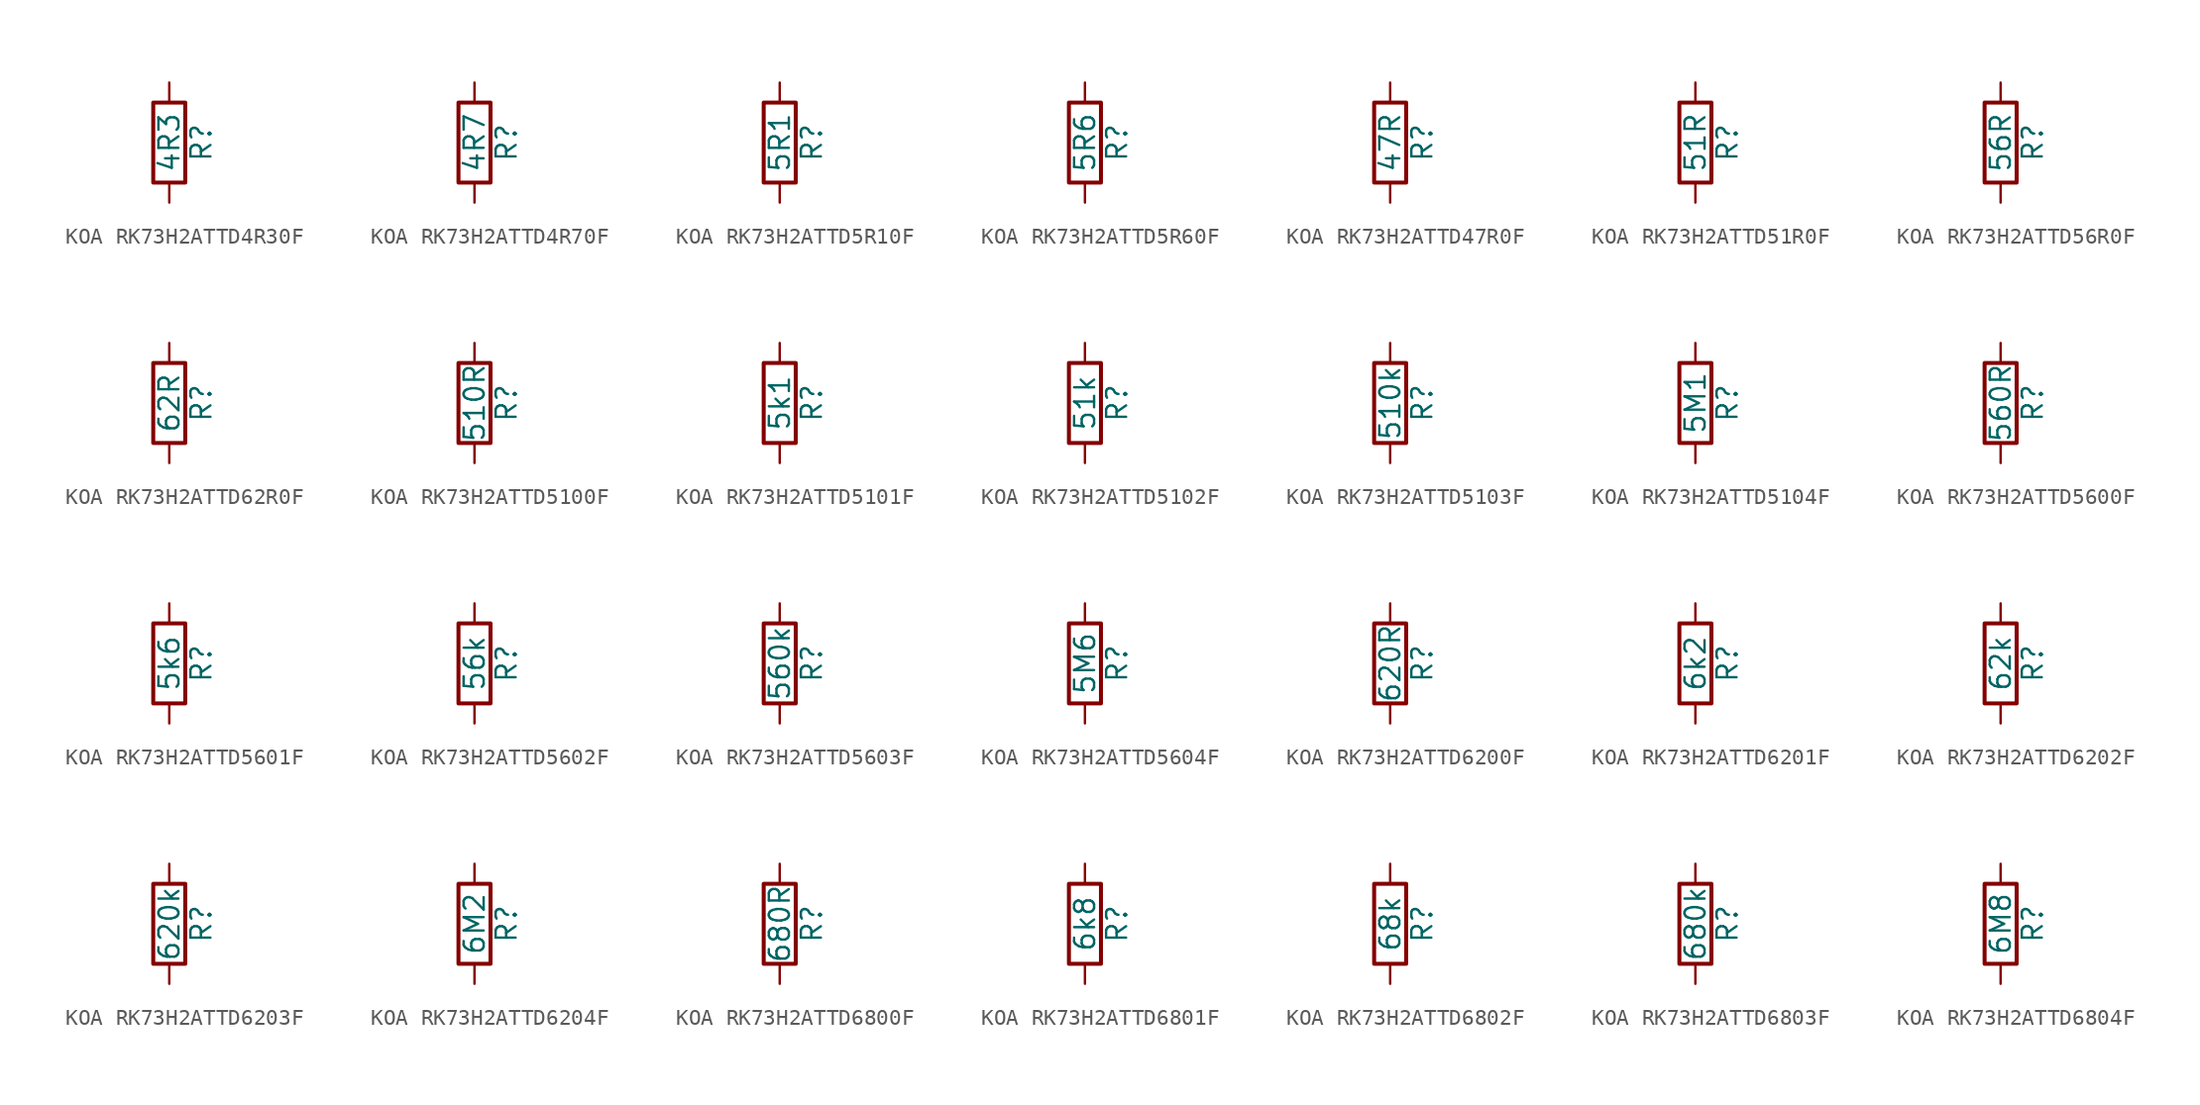
<source format=kicad_sym>
(kicad_symbol_lib
  (version 20220914)
  (generator kicad_symbol_editor)
  (symbol "KOA RK73H2ATTD4R30F"
    (pin_numbers hide)
    (pin_names
      (offset 0))
    (property "Reference" "R"
      (at 2.032 0 90)
      (effects (font (size 1.27 1.27))))
    (property "Value" "4R3"
      (at 0 0 90)
      (effects (font (size 1.27 1.27))))
    (symbol "KOA RK73H2ATTD4R30F_0_1"
      (rectangle (start -1.016 -2.54) (end 1.016 2.54) (stroke (width 0.254) (type default)) (fill (type none))))
    (symbol "KOA RK73H2ATTD4R30F_1_1"
      (pin passive line (at 0 3.81 270) (length 1.27) (name "~" (effects (font (size 1.27 1.27)))) (number "1" (effects (font (size 1.27 1.27)))))
      (pin passive line (at 0 -3.81 90) (length 1.27) (name "~" (effects (font (size 1.27 1.27)))) (number "2" (effects (font (size 1.27 1.27)))))))
  (symbol "KOA RK73H2ATTD4R70F"
    (pin_numbers hide)
    (pin_names
      (offset 0))
    (property "Reference" "R"
      (at 2.032 0 90)
      (effects (font (size 1.27 1.27))))
    (property "Value" "4R7"
      (at 0 0 90)
      (effects (font (size 1.27 1.27))))
    (symbol "KOA RK73H2ATTD4R70F_0_1"
      (rectangle (start -1.016 -2.54) (end 1.016 2.54) (stroke (width 0.254) (type default)) (fill (type none))))
    (symbol "KOA RK73H2ATTD4R70F_1_1"
      (pin passive line (at 0 3.81 270) (length 1.27) (name "~" (effects (font (size 1.27 1.27)))) (number "1" (effects (font (size 1.27 1.27)))))
      (pin passive line (at 0 -3.81 90) (length 1.27) (name "~" (effects (font (size 1.27 1.27)))) (number "2" (effects (font (size 1.27 1.27)))))))
  (symbol "KOA RK73H2ATTD5R10F"
    (pin_numbers hide)
    (pin_names
      (offset 0))
    (property "Reference" "R"
      (at 2.032 0 90)
      (effects (font (size 1.27 1.27))))
    (property "Value" "5R1"
      (at 0 0 90)
      (effects (font (size 1.27 1.27))))
    (symbol "KOA RK73H2ATTD5R10F_0_1"
      (rectangle (start -1.016 -2.54) (end 1.016 2.54) (stroke (width 0.254) (type default)) (fill (type none))))
    (symbol "KOA RK73H2ATTD5R10F_1_1"
      (pin passive line (at 0 3.81 270) (length 1.27) (name "~" (effects (font (size 1.27 1.27)))) (number "1" (effects (font (size 1.27 1.27)))))
      (pin passive line (at 0 -3.81 90) (length 1.27) (name "~" (effects (font (size 1.27 1.27)))) (number "2" (effects (font (size 1.27 1.27)))))))
  (symbol "KOA RK73H2ATTD5R60F"
    (pin_numbers hide)
    (pin_names
      (offset 0))
    (property "Reference" "R"
      (at 2.032 0 90)
      (effects (font (size 1.27 1.27))))
    (property "Value" "5R6"
      (at 0 0 90)
      (effects (font (size 1.27 1.27))))
    (symbol "KOA RK73H2ATTD5R60F_0_1"
      (rectangle (start -1.016 -2.54) (end 1.016 2.54) (stroke (width 0.254) (type default)) (fill (type none))))
    (symbol "KOA RK73H2ATTD5R60F_1_1"
      (pin passive line (at 0 3.81 270) (length 1.27) (name "~" (effects (font (size 1.27 1.27)))) (number "1" (effects (font (size 1.27 1.27)))))
      (pin passive line (at 0 -3.81 90) (length 1.27) (name "~" (effects (font (size 1.27 1.27)))) (number "2" (effects (font (size 1.27 1.27)))))))
  (symbol "KOA RK73H2ATTD47R0F"
    (pin_numbers hide)
    (pin_names
      (offset 0))
    (property "Reference" "R"
      (at 2.032 0 90)
      (effects (font (size 1.27 1.27))))
    (property "Value" "47R"
      (at 0 0 90)
      (effects (font (size 1.27 1.27))))
    (symbol "KOA RK73H2ATTD47R0F_0_1"
      (rectangle (start -1.016 -2.54) (end 1.016 2.54) (stroke (width 0.254) (type default)) (fill (type none))))
    (symbol "KOA RK73H2ATTD47R0F_1_1"
      (pin passive line (at 0 3.81 270) (length 1.27) (name "~" (effects (font (size 1.27 1.27)))) (number "1" (effects (font (size 1.27 1.27)))))
      (pin passive line (at 0 -3.81 90) (length 1.27) (name "~" (effects (font (size 1.27 1.27)))) (number "2" (effects (font (size 1.27 1.27)))))))
  (symbol "KOA RK73H2ATTD51R0F"
    (pin_numbers hide)
    (pin_names
      (offset 0))
    (property "Reference" "R"
      (at 2.032 0 90)
      (effects (font (size 1.27 1.27))))
    (property "Value" "51R"
      (at 0 0 90)
      (effects (font (size 1.27 1.27))))
    (symbol "KOA RK73H2ATTD51R0F_0_1"
      (rectangle (start -1.016 -2.54) (end 1.016 2.54) (stroke (width 0.254) (type default)) (fill (type none))))
    (symbol "KOA RK73H2ATTD51R0F_1_1"
      (pin passive line (at 0 3.81 270) (length 1.27) (name "~" (effects (font (size 1.27 1.27)))) (number "1" (effects (font (size 1.27 1.27)))))
      (pin passive line (at 0 -3.81 90) (length 1.27) (name "~" (effects (font (size 1.27 1.27)))) (number "2" (effects (font (size 1.27 1.27)))))))
  (symbol "KOA RK73H2ATTD56R0F"
    (pin_numbers hide)
    (pin_names
      (offset 0))
    (property "Reference" "R"
      (at 2.032 0 90)
      (effects (font (size 1.27 1.27))))
    (property "Value" "56R"
      (at 0 0 90)
      (effects (font (size 1.27 1.27))))
    (symbol "KOA RK73H2ATTD56R0F_0_1"
      (rectangle (start -1.016 -2.54) (end 1.016 2.54) (stroke (width 0.254) (type default)) (fill (type none))))
    (symbol "KOA RK73H2ATTD56R0F_1_1"
      (pin passive line (at 0 3.81 270) (length 1.27) (name "~" (effects (font (size 1.27 1.27)))) (number "1" (effects (font (size 1.27 1.27)))))
      (pin passive line (at 0 -3.81 90) (length 1.27) (name "~" (effects (font (size 1.27 1.27)))) (number "2" (effects (font (size 1.27 1.27)))))))
  (symbol "KOA RK73H2ATTD62R0F"
    (pin_numbers hide)
    (pin_names
      (offset 0))
    (property "Reference" "R"
      (at 2.032 0 90)
      (effects (font (size 1.27 1.27))))
    (property "Value" "62R"
      (at 0 0 90)
      (effects (font (size 1.27 1.27))))
    (symbol "KOA RK73H2ATTD62R0F_0_1"
      (rectangle (start -1.016 -2.54) (end 1.016 2.54) (stroke (width 0.254) (type default)) (fill (type none))))
    (symbol "KOA RK73H2ATTD62R0F_1_1"
      (pin passive line (at 0 3.81 270) (length 1.27) (name "~" (effects (font (size 1.27 1.27)))) (number "1" (effects (font (size 1.27 1.27)))))
      (pin passive line (at 0 -3.81 90) (length 1.27) (name "~" (effects (font (size 1.27 1.27)))) (number "2" (effects (font (size 1.27 1.27)))))))
  (symbol "KOA RK73H2ATTD5100F"
    (pin_numbers hide)
    (pin_names
      (offset 0))
    (property "Reference" "R"
      (at 2.032 0 90)
      (effects (font (size 1.27 1.27))))
    (property "Value" "510R"
      (at 0 0 90)
      (effects (font (size 1.27 1.27))))
    (symbol "KOA RK73H2ATTD5100F_0_1"
      (rectangle (start -1.016 -2.54) (end 1.016 2.54) (stroke (width 0.254) (type default)) (fill (type none))))
    (symbol "KOA RK73H2ATTD5100F_1_1"
      (pin passive line (at 0 3.81 270) (length 1.27) (name "~" (effects (font (size 1.27 1.27)))) (number "1" (effects (font (size 1.27 1.27)))))
      (pin passive line (at 0 -3.81 90) (length 1.27) (name "~" (effects (font (size 1.27 1.27)))) (number "2" (effects (font (size 1.27 1.27)))))))
  (symbol "KOA RK73H2ATTD5101F"
    (pin_numbers hide)
    (pin_names
      (offset 0))
    (property "Reference" "R"
      (at 2.032 0 90)
      (effects (font (size 1.27 1.27))))
    (property "Value" "5k1"
      (at 0 0 90)
      (effects (font (size 1.27 1.27))))
    (symbol "KOA RK73H2ATTD5101F_0_1"
      (rectangle (start -1.016 -2.54) (end 1.016 2.54) (stroke (width 0.254) (type default)) (fill (type none))))
    (symbol "KOA RK73H2ATTD5101F_1_1"
      (pin passive line (at 0 3.81 270) (length 1.27) (name "~" (effects (font (size 1.27 1.27)))) (number "1" (effects (font (size 1.27 1.27)))))
      (pin passive line (at 0 -3.81 90) (length 1.27) (name "~" (effects (font (size 1.27 1.27)))) (number "2" (effects (font (size 1.27 1.27)))))))
  (symbol "KOA RK73H2ATTD5102F"
    (pin_numbers hide)
    (pin_names
      (offset 0))
    (property "Reference" "R"
      (at 2.032 0 90)
      (effects (font (size 1.27 1.27))))
    (property "Value" "51k"
      (at 0 0 90)
      (effects (font (size 1.27 1.27))))
    (symbol "KOA RK73H2ATTD5102F_0_1"
      (rectangle (start -1.016 -2.54) (end 1.016 2.54) (stroke (width 0.254) (type default)) (fill (type none))))
    (symbol "KOA RK73H2ATTD5102F_1_1"
      (pin passive line (at 0 3.81 270) (length 1.27) (name "~" (effects (font (size 1.27 1.27)))) (number "1" (effects (font (size 1.27 1.27)))))
      (pin passive line (at 0 -3.81 90) (length 1.27) (name "~" (effects (font (size 1.27 1.27)))) (number "2" (effects (font (size 1.27 1.27)))))))
  (symbol "KOA RK73H2ATTD5103F"
    (pin_numbers hide)
    (pin_names
      (offset 0))
    (property "Reference" "R"
      (at 2.032 0 90)
      (effects (font (size 1.27 1.27))))
    (property "Value" "510k"
      (at 0 0 90)
      (effects (font (size 1.27 1.27))))
    (symbol "KOA RK73H2ATTD5103F_0_1"
      (rectangle (start -1.016 -2.54) (end 1.016 2.54) (stroke (width 0.254) (type default)) (fill (type none))))
    (symbol "KOA RK73H2ATTD5103F_1_1"
      (pin passive line (at 0 3.81 270) (length 1.27) (name "~" (effects (font (size 1.27 1.27)))) (number "1" (effects (font (size 1.27 1.27)))))
      (pin passive line (at 0 -3.81 90) (length 1.27) (name "~" (effects (font (size 1.27 1.27)))) (number "2" (effects (font (size 1.27 1.27)))))))
  (symbol "KOA RK73H2ATTD5104F"
    (pin_numbers hide)
    (pin_names
      (offset 0))
    (property "Reference" "R"
      (at 2.032 0 90)
      (effects (font (size 1.27 1.27))))
    (property "Value" "5M1"
      (at 0 0 90)
      (effects (font (size 1.27 1.27))))
    (symbol "KOA RK73H2ATTD5104F_0_1"
      (rectangle (start -1.016 -2.54) (end 1.016 2.54) (stroke (width 0.254) (type default)) (fill (type none))))
    (symbol "KOA RK73H2ATTD5104F_1_1"
      (pin passive line (at 0 3.81 270) (length 1.27) (name "~" (effects (font (size 1.27 1.27)))) (number "1" (effects (font (size 1.27 1.27)))))
      (pin passive line (at 0 -3.81 90) (length 1.27) (name "~" (effects (font (size 1.27 1.27)))) (number "2" (effects (font (size 1.27 1.27)))))))
  (symbol "KOA RK73H2ATTD5600F"
    (pin_numbers hide)
    (pin_names
      (offset 0))
    (property "Reference" "R"
      (at 2.032 0 90)
      (effects (font (size 1.27 1.27))))
    (property "Value" "560R"
      (at 0 0 90)
      (effects (font (size 1.27 1.27))))
    (symbol "KOA RK73H2ATTD5600F_0_1"
      (rectangle (start -1.016 -2.54) (end 1.016 2.54) (stroke (width 0.254) (type default)) (fill (type none))))
    (symbol "KOA RK73H2ATTD5600F_1_1"
      (pin passive line (at 0 3.81 270) (length 1.27) (name "~" (effects (font (size 1.27 1.27)))) (number "1" (effects (font (size 1.27 1.27)))))
      (pin passive line (at 0 -3.81 90) (length 1.27) (name "~" (effects (font (size 1.27 1.27)))) (number "2" (effects (font (size 1.27 1.27)))))))
  (symbol "KOA RK73H2ATTD5601F"
    (pin_numbers hide)
    (pin_names
      (offset 0))
    (property "Reference" "R"
      (at 2.032 0 90)
      (effects (font (size 1.27 1.27))))
    (property "Value" "5k6"
      (at 0 0 90)
      (effects (font (size 1.27 1.27))))
    (symbol "KOA RK73H2ATTD5601F_0_1"
      (rectangle (start -1.016 -2.54) (end 1.016 2.54) (stroke (width 0.254) (type default)) (fill (type none))))
    (symbol "KOA RK73H2ATTD5601F_1_1"
      (pin passive line (at 0 3.81 270) (length 1.27) (name "~" (effects (font (size 1.27 1.27)))) (number "1" (effects (font (size 1.27 1.27)))))
      (pin passive line (at 0 -3.81 90) (length 1.27) (name "~" (effects (font (size 1.27 1.27)))) (number "2" (effects (font (size 1.27 1.27)))))))
  (symbol "KOA RK73H2ATTD5602F"
    (pin_numbers hide)
    (pin_names
      (offset 0))
    (property "Reference" "R"
      (at 2.032 0 90)
      (effects (font (size 1.27 1.27))))
    (property "Value" "56k"
      (at 0 0 90)
      (effects (font (size 1.27 1.27))))
    (symbol "KOA RK73H2ATTD5602F_0_1"
      (rectangle (start -1.016 -2.54) (end 1.016 2.54) (stroke (width 0.254) (type default)) (fill (type none))))
    (symbol "KOA RK73H2ATTD5602F_1_1"
      (pin passive line (at 0 3.81 270) (length 1.27) (name "~" (effects (font (size 1.27 1.27)))) (number "1" (effects (font (size 1.27 1.27)))))
      (pin passive line (at 0 -3.81 90) (length 1.27) (name "~" (effects (font (size 1.27 1.27)))) (number "2" (effects (font (size 1.27 1.27)))))))
  (symbol "KOA RK73H2ATTD5603F"
    (pin_numbers hide)
    (pin_names
      (offset 0))
    (property "Reference" "R"
      (at 2.032 0 90)
      (effects (font (size 1.27 1.27))))
    (property "Value" "560k"
      (at 0 0 90)
      (effects (font (size 1.27 1.27))))
    (symbol "KOA RK73H2ATTD5603F_0_1"
      (rectangle (start -1.016 -2.54) (end 1.016 2.54) (stroke (width 0.254) (type default)) (fill (type none))))
    (symbol "KOA RK73H2ATTD5603F_1_1"
      (pin passive line (at 0 3.81 270) (length 1.27) (name "~" (effects (font (size 1.27 1.27)))) (number "1" (effects (font (size 1.27 1.27)))))
      (pin passive line (at 0 -3.81 90) (length 1.27) (name "~" (effects (font (size 1.27 1.27)))) (number "2" (effects (font (size 1.27 1.27)))))))
  (symbol "KOA RK73H2ATTD5604F"
    (pin_numbers hide)
    (pin_names
      (offset 0))
    (property "Reference" "R"
      (at 2.032 0 90)
      (effects (font (size 1.27 1.27))))
    (property "Value" "5M6"
      (at 0 0 90)
      (effects (font (size 1.27 1.27))))
    (symbol "KOA RK73H2ATTD5604F_0_1"
      (rectangle (start -1.016 -2.54) (end 1.016 2.54) (stroke (width 0.254) (type default)) (fill (type none))))
    (symbol "KOA RK73H2ATTD5604F_1_1"
      (pin passive line (at 0 3.81 270) (length 1.27) (name "~" (effects (font (size 1.27 1.27)))) (number "1" (effects (font (size 1.27 1.27)))))
      (pin passive line (at 0 -3.81 90) (length 1.27) (name "~" (effects (font (size 1.27 1.27)))) (number "2" (effects (font (size 1.27 1.27)))))))
  (symbol "KOA RK73H2ATTD6200F"
    (pin_numbers hide)
    (pin_names
      (offset 0))
    (property "Reference" "R"
      (at 2.032 0 90)
      (effects (font (size 1.27 1.27))))
    (property "Value" "620R"
      (at 0 0 90)
      (effects (font (size 1.27 1.27))))
    (symbol "KOA RK73H2ATTD6200F_0_1"
      (rectangle (start -1.016 -2.54) (end 1.016 2.54) (stroke (width 0.254) (type default)) (fill (type none))))
    (symbol "KOA RK73H2ATTD6200F_1_1"
      (pin passive line (at 0 3.81 270) (length 1.27) (name "~" (effects (font (size 1.27 1.27)))) (number "1" (effects (font (size 1.27 1.27)))))
      (pin passive line (at 0 -3.81 90) (length 1.27) (name "~" (effects (font (size 1.27 1.27)))) (number "2" (effects (font (size 1.27 1.27)))))))
  (symbol "KOA RK73H2ATTD6201F"
    (pin_numbers hide)
    (pin_names
      (offset 0))
    (property "Reference" "R"
      (at 2.032 0 90)
      (effects (font (size 1.27 1.27))))
    (property "Value" "6k2"
      (at 0 0 90)
      (effects (font (size 1.27 1.27))))
    (symbol "KOA RK73H2ATTD6201F_0_1"
      (rectangle (start -1.016 -2.54) (end 1.016 2.54) (stroke (width 0.254) (type default)) (fill (type none))))
    (symbol "KOA RK73H2ATTD6201F_1_1"
      (pin passive line (at 0 3.81 270) (length 1.27) (name "~" (effects (font (size 1.27 1.27)))) (number "1" (effects (font (size 1.27 1.27)))))
      (pin passive line (at 0 -3.81 90) (length 1.27) (name "~" (effects (font (size 1.27 1.27)))) (number "2" (effects (font (size 1.27 1.27)))))))
  (symbol "KOA RK73H2ATTD6202F"
    (pin_numbers hide)
    (pin_names
      (offset 0))
    (property "Reference" "R"
      (at 2.032 0 90)
      (effects (font (size 1.27 1.27))))
    (property "Value" "62k"
      (at 0 0 90)
      (effects (font (size 1.27 1.27))))
    (symbol "KOA RK73H2ATTD6202F_0_1"
      (rectangle (start -1.016 -2.54) (end 1.016 2.54) (stroke (width 0.254) (type default)) (fill (type none))))
    (symbol "KOA RK73H2ATTD6202F_1_1"
      (pin passive line (at 0 3.81 270) (length 1.27) (name "~" (effects (font (size 1.27 1.27)))) (number "1" (effects (font (size 1.27 1.27)))))
      (pin passive line (at 0 -3.81 90) (length 1.27) (name "~" (effects (font (size 1.27 1.27)))) (number "2" (effects (font (size 1.27 1.27)))))))
  (symbol "KOA RK73H2ATTD6203F"
    (pin_numbers hide)
    (pin_names
      (offset 0))
    (property "Reference" "R"
      (at 2.032 0 90)
      (effects (font (size 1.27 1.27))))
    (property "Value" "620k"
      (at 0 0 90)
      (effects (font (size 1.27 1.27))))
    (symbol "KOA RK73H2ATTD6203F_0_1"
      (rectangle (start -1.016 -2.54) (end 1.016 2.54) (stroke (width 0.254) (type default)) (fill (type none))))
    (symbol "KOA RK73H2ATTD6203F_1_1"
      (pin passive line (at 0 3.81 270) (length 1.27) (name "~" (effects (font (size 1.27 1.27)))) (number "1" (effects (font (size 1.27 1.27)))))
      (pin passive line (at 0 -3.81 90) (length 1.27) (name "~" (effects (font (size 1.27 1.27)))) (number "2" (effects (font (size 1.27 1.27)))))))
  (symbol "KOA RK73H2ATTD6204F"
    (pin_numbers hide)
    (pin_names
      (offset 0))
    (property "Reference" "R"
      (at 2.032 0 90)
      (effects (font (size 1.27 1.27))))
    (property "Value" "6M2"
      (at 0 0 90)
      (effects (font (size 1.27 1.27))))
    (symbol "KOA RK73H2ATTD6204F_0_1"
      (rectangle (start -1.016 -2.54) (end 1.016 2.54) (stroke (width 0.254) (type default)) (fill (type none))))
    (symbol "KOA RK73H2ATTD6204F_1_1"
      (pin passive line (at 0 3.81 270) (length 1.27) (name "~" (effects (font (size 1.27 1.27)))) (number "1" (effects (font (size 1.27 1.27)))))
      (pin passive line (at 0 -3.81 90) (length 1.27) (name "~" (effects (font (size 1.27 1.27)))) (number "2" (effects (font (size 1.27 1.27)))))))
  (symbol "KOA RK73H2ATTD6800F"
    (pin_numbers hide)
    (pin_names
      (offset 0))
    (property "Reference" "R"
      (at 2.032 0 90)
      (effects (font (size 1.27 1.27))))
    (property "Value" "680R"
      (at 0 0 90)
      (effects (font (size 1.27 1.27))))
    (symbol "KOA RK73H2ATTD6800F_0_1"
      (rectangle (start -1.016 -2.54) (end 1.016 2.54) (stroke (width 0.254) (type default)) (fill (type none))))
    (symbol "KOA RK73H2ATTD6800F_1_1"
      (pin passive line (at 0 3.81 270) (length 1.27) (name "~" (effects (font (size 1.27 1.27)))) (number "1" (effects (font (size 1.27 1.27)))))
      (pin passive line (at 0 -3.81 90) (length 1.27) (name "~" (effects (font (size 1.27 1.27)))) (number "2" (effects (font (size 1.27 1.27)))))))
  (symbol "KOA RK73H2ATTD6801F"
    (pin_numbers hide)
    (pin_names
      (offset 0))
    (property "Reference" "R"
      (at 2.032 0 90)
      (effects (font (size 1.27 1.27))))
    (property "Value" "6k8"
      (at 0 0 90)
      (effects (font (size 1.27 1.27))))
    (symbol "KOA RK73H2ATTD6801F_0_1"
      (rectangle (start -1.016 -2.54) (end 1.016 2.54) (stroke (width 0.254) (type default)) (fill (type none))))
    (symbol "KOA RK73H2ATTD6801F_1_1"
      (pin passive line (at 0 3.81 270) (length 1.27) (name "~" (effects (font (size 1.27 1.27)))) (number "1" (effects (font (size 1.27 1.27)))))
      (pin passive line (at 0 -3.81 90) (length 1.27) (name "~" (effects (font (size 1.27 1.27)))) (number "2" (effects (font (size 1.27 1.27)))))))
  (symbol "KOA RK73H2ATTD6802F"
    (pin_numbers hide)
    (pin_names
      (offset 0))
    (property "Reference" "R"
      (at 2.032 0 90)
      (effects (font (size 1.27 1.27))))
    (property "Value" "68k"
      (at 0 0 90)
      (effects (font (size 1.27 1.27))))
    (symbol "KOA RK73H2ATTD6802F_0_1"
      (rectangle (start -1.016 -2.54) (end 1.016 2.54) (stroke (width 0.254) (type default)) (fill (type none))))
    (symbol "KOA RK73H2ATTD6802F_1_1"
      (pin passive line (at 0 3.81 270) (length 1.27) (name "~" (effects (font (size 1.27 1.27)))) (number "1" (effects (font (size 1.27 1.27)))))
      (pin passive line (at 0 -3.81 90) (length 1.27) (name "~" (effects (font (size 1.27 1.27)))) (number "2" (effects (font (size 1.27 1.27)))))))
  (symbol "KOA RK73H2ATTD6803F"
    (pin_numbers hide)
    (pin_names
      (offset 0))
    (property "Reference" "R"
      (at 2.032 0 90)
      (effects (font (size 1.27 1.27))))
    (property "Value" "680k"
      (at 0 0 90)
      (effects (font (size 1.27 1.27))))
    (symbol "KOA RK73H2ATTD6803F_0_1"
      (rectangle (start -1.016 -2.54) (end 1.016 2.54) (stroke (width 0.254) (type default)) (fill (type none))))
    (symbol "KOA RK73H2ATTD6803F_1_1"
      (pin passive line (at 0 3.81 270) (length 1.27) (name "~" (effects (font (size 1.27 1.27)))) (number "1" (effects (font (size 1.27 1.27)))))
      (pin passive line (at 0 -3.81 90) (length 1.27) (name "~" (effects (font (size 1.27 1.27)))) (number "2" (effects (font (size 1.27 1.27)))))))
  (symbol "KOA RK73H2ATTD6804F"
    (pin_numbers hide)
    (pin_names
      (offset 0))
    (property "Reference" "R"
      (at 2.032 0 90)
      (effects (font (size 1.27 1.27))))
    (property "Value" "6M8"
      (at 0 0 90)
      (effects (font (size 1.27 1.27))))
    (symbol "KOA RK73H2ATTD6804F_0_1"
      (rectangle (start -1.016 -2.54) (end 1.016 2.54) (stroke (width 0.254) (type default)) (fill (type none))))
    (symbol "KOA RK73H2ATTD6804F_1_1"
      (pin passive line (at 0 3.81 270) (length 1.27) (name "~" (effects (font (size 1.27 1.27)))) (number "1" (effects (font (size 1.27 1.27)))))
      (pin passive line (at 0 -3.81 90) (length 1.27) (name "~" (effects (font (size 1.27 1.27)))) (number "2" (effects (font (size 1.27 1.27))))))))
</source>
